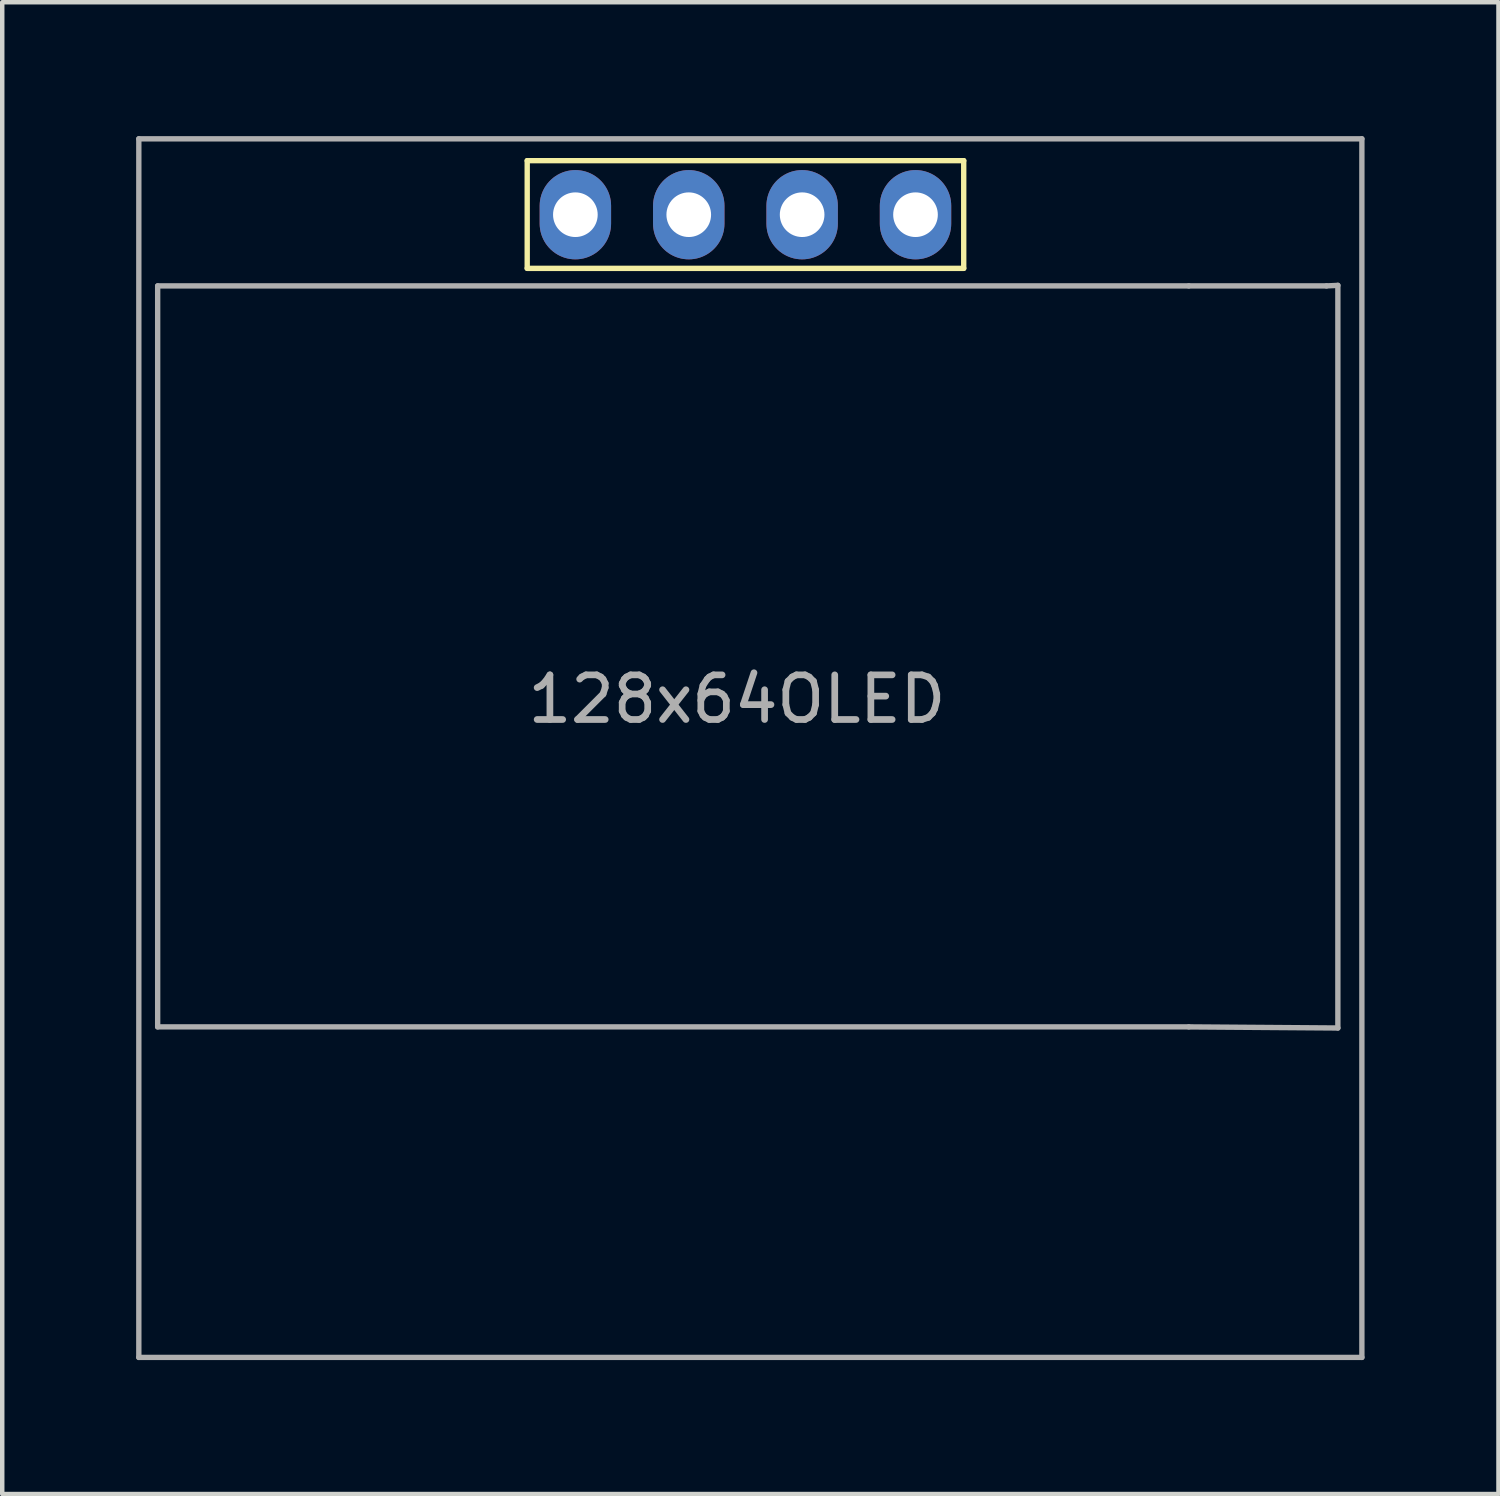
<source format=kicad_pcb>
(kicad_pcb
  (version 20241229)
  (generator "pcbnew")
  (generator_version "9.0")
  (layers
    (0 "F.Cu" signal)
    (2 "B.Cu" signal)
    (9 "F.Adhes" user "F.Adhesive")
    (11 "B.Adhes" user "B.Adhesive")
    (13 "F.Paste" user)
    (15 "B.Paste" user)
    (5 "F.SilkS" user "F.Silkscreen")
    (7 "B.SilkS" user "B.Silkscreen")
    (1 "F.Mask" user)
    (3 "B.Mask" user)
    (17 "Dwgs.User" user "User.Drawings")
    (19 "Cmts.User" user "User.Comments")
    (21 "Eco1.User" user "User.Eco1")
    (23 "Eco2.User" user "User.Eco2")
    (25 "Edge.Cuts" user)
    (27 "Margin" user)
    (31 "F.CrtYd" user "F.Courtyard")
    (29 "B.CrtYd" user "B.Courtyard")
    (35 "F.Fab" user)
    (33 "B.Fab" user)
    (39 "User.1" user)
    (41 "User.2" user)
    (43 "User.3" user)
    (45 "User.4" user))
  (footprint "128x64OLED"
    (layer "F.Cu")
    (at 13.46 12.36)
    (property "Reference" "128x64OLED" (at 0 0.254 0) (layer "F.Fab") (effects (font (size 1 1) (thickness 0.15))))
    (attr through_hole)
    (fp_line (start -4.699 -11.811) (end -4.699 -9.398) (stroke (width 0.12) (type solid)) (layer "F.SilkS"))
    (fp_line (start -4.699 -11.811) (end 5.08 -11.811) (stroke (width 0.12) (type solid)) (layer "F.SilkS"))
    (fp_line (start 5.08 -11.811) (end 5.08 -9.398) (stroke (width 0.12) (type solid)) (layer "F.SilkS"))
    (fp_line (start 5.08 -9.398) (end -4.699 -9.398) (stroke (width 0.12) (type solid)) (layer "F.SilkS"))
    (fp_line (start -13.4 -12.3) (end 14 -12.3) (stroke (width 0.12) (type solid)) (layer "F.Fab"))
    (fp_line (start -13.4 15) (end -13.4 -12.3) (stroke (width 0.12) (type solid)) (layer "F.Fab"))
    (fp_line (start -12.978 -9.005) (end 10.122 -9.005) (stroke (width 0.12) (type solid)) (layer "F.Fab"))
    (fp_line (start -12.978 7.595) (end -12.978 -9.005) (stroke (width 0.12) (type solid)) (layer "F.Fab"))
    (fp_line (start 10.122 -9.005) (end 13.208 -9.005) (stroke (width 0.12) (type solid)) (layer "F.Fab"))
    (fp_line (start 10.122 7.595) (end -12.978 7.595) (stroke (width 0.12) (type solid)) (layer "F.Fab"))
    (fp_line (start 10.122 7.595) (end 13.462 7.62) (stroke (width 0.12) (type solid)) (layer "F.Fab"))
    (fp_line (start 13.462 -9.017) (end 13.208 -9.005) (stroke (width 0.12) (type solid)) (layer "F.Fab"))
    (fp_line (start 13.462 7.62) (end 13.462 -9.017) (stroke (width 0.12) (type solid)) (layer "F.Fab"))
    (fp_line (start 14 -12.3) (end 14 15) (stroke (width 0.12) (type solid)) (layer "F.Fab"))
    (fp_line (start 14 15) (end -13.4 15) (stroke (width 0.12) (type solid)) (layer "F.Fab"))
    (pad "1" thru_hole oval (at -3.62 -10.6 90) (size 2 1.6) (drill 1) (layers "*.Cu" "*.Mask"))
    (pad "2" thru_hole oval (at -1.08 -10.6 90) (size 2 1.6) (drill 1) (layers "*.Cu" "*.Mask"))
    (pad "3" thru_hole oval (at 1.46 -10.6 90) (size 2 1.6) (drill 1) (layers "*.Cu" "*.Mask"))
    (pad "4" thru_hole oval (at 4 -10.6 90) (size 2 1.6) (drill 1) (layers "*.Cu" "*.Mask")))
  (gr_rect
    (start -3 -3)
    (end 30.52 30.42)
    (stroke (width 0.1) (type default))
    (fill no)
    (layer "Edge.Cuts")))
</source>
